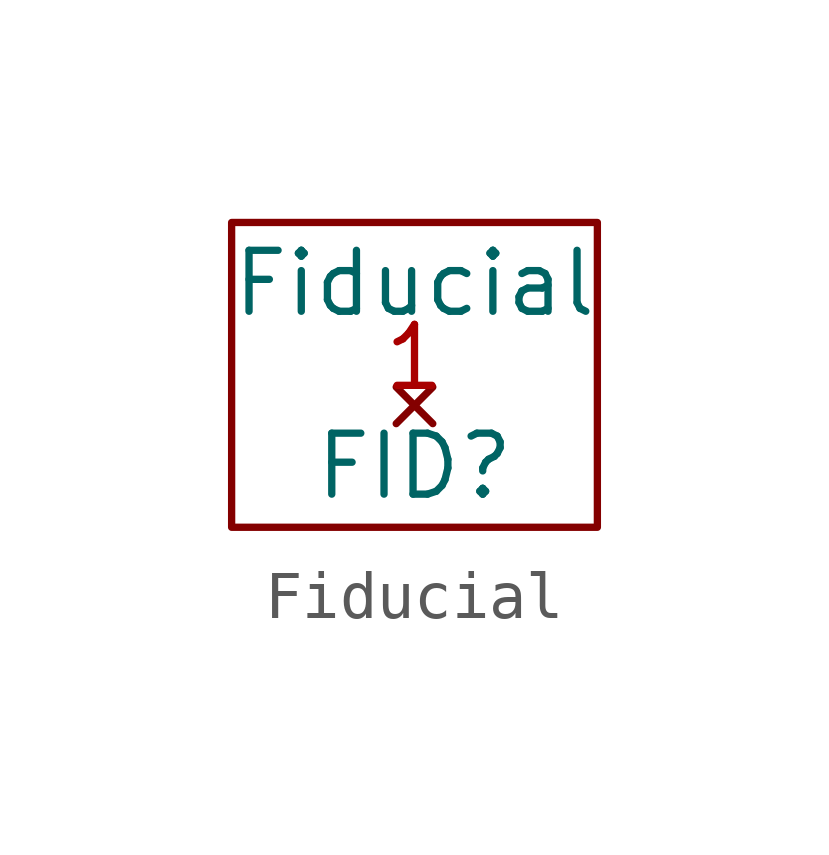
<source format=kicad_sym>
(kicad_symbol_lib
  (version 20211014)
  (generator kicad_symbol_editor)
  (symbol "Fiducial"
    (pin_names
      (offset 1.016))
    (property "Reference" "FID"
      (at 0 -1.27 0)
      (effects (font (size 1.27 1.27))))
    (property "Value" "Fiducial"
      (at 0 2.54 0)
      (effects (font (size 1.27 1.27))))
    (property "Footprint" ""
      (at 0 0 0)
      (effects (font (size 1.27 1.27))))
    (property "Datasheet" ""
      (at 0 0 0)
      (effects (font (size 1.27 1.27))))
    (symbol "Fiducial_0_1"
      (rectangle (start -3.81 3.81) (end 3.81 -2.54) (stroke (width 0) (type default) (color 0 0 0 0)) (fill (type none))))
    (symbol "Fiducial_1_1"
      (pin no_connect line (at 0 0 0) (length 0) (name "~" (effects (font (size 1.27 1.27)))) (number "1" (effects (font (size 1.27 1.27))))))))
</source>
